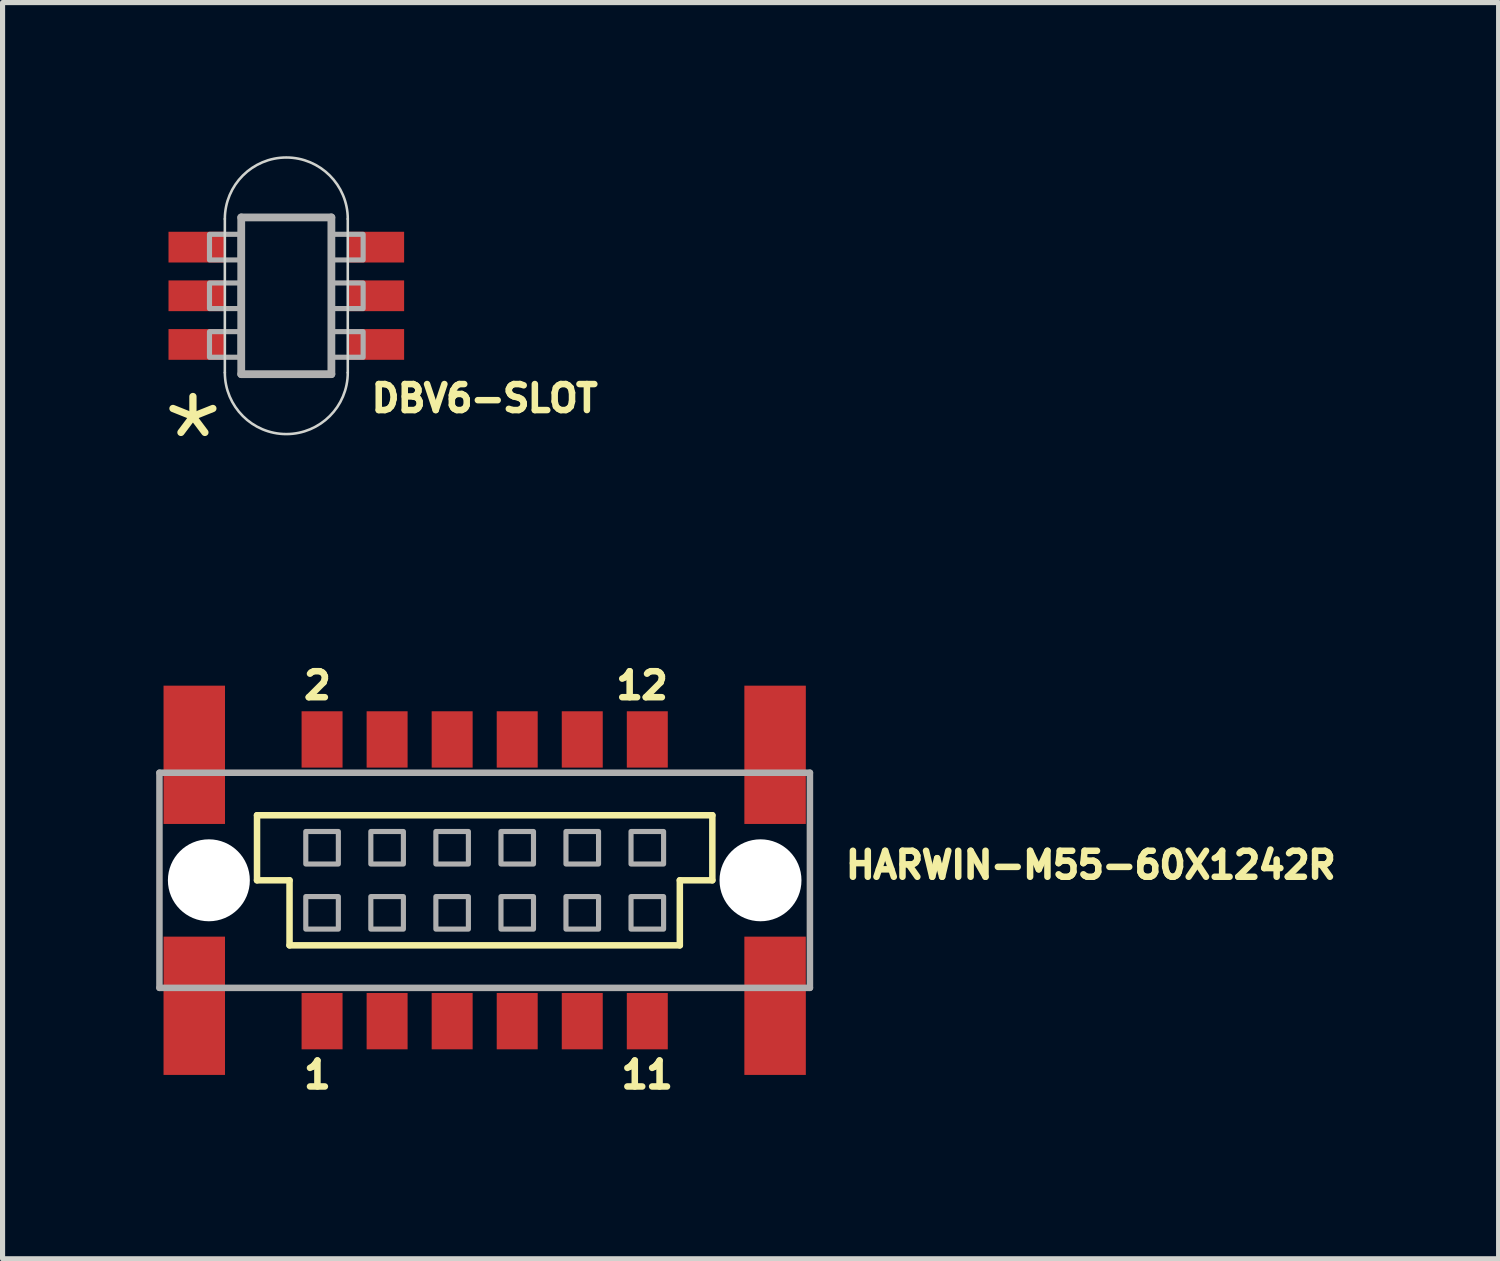
<source format=kicad_pcb>
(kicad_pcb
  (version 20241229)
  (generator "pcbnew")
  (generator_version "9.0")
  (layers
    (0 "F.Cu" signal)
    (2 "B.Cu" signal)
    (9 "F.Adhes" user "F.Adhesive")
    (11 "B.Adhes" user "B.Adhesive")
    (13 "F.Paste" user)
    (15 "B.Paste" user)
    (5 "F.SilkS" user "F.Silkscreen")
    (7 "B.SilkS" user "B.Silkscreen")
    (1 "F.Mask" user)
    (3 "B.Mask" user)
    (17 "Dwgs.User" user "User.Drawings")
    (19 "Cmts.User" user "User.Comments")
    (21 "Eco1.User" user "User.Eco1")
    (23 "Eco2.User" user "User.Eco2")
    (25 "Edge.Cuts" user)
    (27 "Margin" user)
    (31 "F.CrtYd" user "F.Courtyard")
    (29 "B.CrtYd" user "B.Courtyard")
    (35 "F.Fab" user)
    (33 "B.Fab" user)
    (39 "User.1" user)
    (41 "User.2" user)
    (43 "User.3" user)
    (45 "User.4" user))
  (footprint "DBV6-SLOT"
    (layer "F.Cu")
    (at 2.54 2.725)
    (property "Reference" "DBV6-SLOT" (at 1.6 2.3 0) (layer "F.SilkS") (effects (font (size 0.508 0.508) (thickness 0.127)) (justify left bottom)))
    (fp_line (start -1.2 -1.5) (end -1.2 1.5) (stroke (width 0.05) (type solid)) (layer "Edge.Cuts"))
    (fp_line (start 1.2 1.5) (end 1.2 -1.5) (stroke (width 0.05) (type solid)) (layer "Edge.Cuts"))
    (fp_arc (start -1.2 -1.5) (mid 0 -2.7) (end 1.2 -1.5) (stroke (width 0.05) (type solid)) (layer "Edge.Cuts"))
    (fp_arc (start 1.2 1.5) (mid 0 2.7) (end -1.2 1.5) (stroke (width 0.05) (type solid)) (layer "Edge.Cuts"))
    (fp_line (start -0.88 -1.53) (end -0.88 1.53) (stroke (width 0.152) (type solid)) (layer "F.Fab"))
    (fp_line (start -0.88 1.53) (end 0.88 1.53) (stroke (width 0.152) (type solid)) (layer "F.Fab"))
    (fp_line (start 0.88 -1.53) (end -0.88 -1.53) (stroke (width 0.152) (type solid)) (layer "F.Fab"))
    (fp_line (start 0.88 1.53) (end 0.88 -1.53) (stroke (width 0.152) (type solid)) (layer "F.Fab"))
    (fp_poly (pts (xy -1.5 -0.7) (xy -0.9 -0.7) (xy -0.9 -1.2) (xy -1.5 -1.2)) (stroke (width 0.1) (type default)) (fill no) (layer "F.Fab"))
    (fp_poly (pts (xy -1.5 0.25) (xy -0.9 0.25) (xy -0.9 -0.25) (xy -1.5 -0.25)) (stroke (width 0.1) (type default)) (fill no) (layer "F.Fab"))
    (fp_poly (pts (xy -1.5 1.2) (xy -0.9 1.2) (xy -0.9 0.7) (xy -1.5 0.7)) (stroke (width 0.1) (type default)) (fill no) (layer "F.Fab"))
    (fp_poly (pts (xy 0.9 -0.7) (xy 1.5 -0.7) (xy 1.5 -1.2) (xy 0.9 -1.2)) (stroke (width 0.1) (type default)) (fill no) (layer "F.Fab"))
    (fp_poly (pts (xy 0.9 0.25) (xy 1.5 0.25) (xy 1.5 -0.25) (xy 0.9 -0.25)) (stroke (width 0.1) (type default)) (fill no) (layer "F.Fab"))
    (fp_poly (pts (xy 0.9 1.2) (xy 1.5 1.2) (xy 1.5 0.7) (xy 0.9 0.7)) (stroke (width 0.1) (type default)) (fill no) (layer "F.Fab"))
    (fp_text user "*" (at -2.54 3.81 0) (layer "F.SilkS") (effects (font (size 1.636 1.636) (thickness 0.142)) (justify left bottom)))
    (pad "1" smd rect (at 1.75 -0.95) (size 1.1 0.6) (layers "F.Cu" "F.Mask" "F.Paste"))
    (pad "2" smd rect (at 1.75 0) (size 1.1 0.6) (layers "F.Cu" "F.Mask" "F.Paste"))
    (pad "3" smd rect (at 1.75 0.95) (size 1.1 0.6) (layers "F.Cu" "F.Mask" "F.Paste"))
    (pad "4" smd rect (at -1.75 0.95) (size 1.1 0.6) (layers "F.Cu" "F.Mask" "F.Paste"))
    (pad "5" smd rect (at -1.75 0) (size 1.1 0.6) (layers "F.Cu" "F.Mask" "F.Paste"))
    (pad "6" smd rect (at -1.75 -0.95) (size 1.1 0.6) (layers "F.Cu" "F.Mask" "F.Paste")))
  (footprint "HARWIN-M55-60X1242R"
    (layer "F.Cu")
    (at 6.413 14.137)
    (property "Reference" "HARWIN-M55-60X1242R" (at 6.985 0 0) (layer "F.SilkS") (effects (font (size 0.508 0.508) (thickness 0.127)) (justify left bottom)))
    (fp_line (start -4.445 -1.27) (end -4.445 0) (stroke (width 0.127) (type solid)) (layer "F.SilkS"))
    (fp_line (start -4.445 0) (end -3.81 0) (stroke (width 0.127) (type solid)) (layer "F.SilkS"))
    (fp_line (start -3.81 0) (end -3.81 1.27) (stroke (width 0.127) (type solid)) (layer "F.SilkS"))
    (fp_line (start -3.81 1.27) (end 3.81 1.27) (stroke (width 0.127) (type solid)) (layer "F.SilkS"))
    (fp_line (start 3.81 0) (end 4.445 0) (stroke (width 0.127) (type solid)) (layer "F.SilkS"))
    (fp_line (start 3.81 1.27) (end 3.81 0) (stroke (width 0.127) (type solid)) (layer "F.SilkS"))
    (fp_line (start 4.445 -1.27) (end -4.445 -1.27) (stroke (width 0.127) (type solid)) (layer "F.SilkS"))
    (fp_line (start 4.445 0) (end 4.445 -1.27) (stroke (width 0.127) (type solid)) (layer "F.SilkS"))
    (fp_line (start -6.35 2.1) (end -6.35 -2.1) (stroke (width 0.127) (type solid)) (layer "F.Fab"))
    (fp_line (start 6.35 -2.1) (end -6.35 -2.1) (stroke (width 0.127) (type solid)) (layer "F.Fab"))
    (fp_line (start 6.35 -2.1) (end 6.35 2.1) (stroke (width 0.127) (type solid)) (layer "F.Fab"))
    (fp_line (start 6.35 2.1) (end -6.35 2.1) (stroke (width 0.127) (type solid)) (layer "F.Fab"))
    (fp_poly (pts (xy -3.493 -0.318) (xy -2.857 -0.318) (xy -2.857 -0.953) (xy -3.493 -0.953)) (stroke (width 0.1) (type default)) (fill no) (layer "F.Fab"))
    (fp_poly (pts (xy -3.493 0.953) (xy -2.857 0.953) (xy -2.857 0.318) (xy -3.493 0.318)) (stroke (width 0.1) (type default)) (fill no) (layer "F.Fab"))
    (fp_poly (pts (xy -2.223 -0.318) (xy -1.587 -0.318) (xy -1.587 -0.953) (xy -2.223 -0.953)) (stroke (width 0.1) (type default)) (fill no) (layer "F.Fab"))
    (fp_poly (pts (xy -2.223 0.953) (xy -1.587 0.953) (xy -1.587 0.318) (xy -2.223 0.318)) (stroke (width 0.1) (type default)) (fill no) (layer "F.Fab"))
    (fp_poly (pts (xy -0.953 -0.318) (xy -0.318 -0.318) (xy -0.318 -0.953) (xy -0.953 -0.953)) (stroke (width 0.1) (type default)) (fill no) (layer "F.Fab"))
    (fp_poly (pts (xy -0.953 0.953) (xy -0.318 0.953) (xy -0.318 0.318) (xy -0.953 0.318)) (stroke (width 0.1) (type default)) (fill no) (layer "F.Fab"))
    (fp_poly (pts (xy 0.318 -0.318) (xy 0.953 -0.318) (xy 0.953 -0.953) (xy 0.318 -0.953)) (stroke (width 0.1) (type default)) (fill no) (layer "F.Fab"))
    (fp_poly (pts (xy 0.318 0.953) (xy 0.953 0.953) (xy 0.953 0.318) (xy 0.318 0.318)) (stroke (width 0.1) (type default)) (fill no) (layer "F.Fab"))
    (fp_poly (pts (xy 1.587 -0.318) (xy 2.223 -0.318) (xy 2.223 -0.953) (xy 1.587 -0.953)) (stroke (width 0.1) (type default)) (fill no) (layer "F.Fab"))
    (fp_poly (pts (xy 1.587 0.953) (xy 2.223 0.953) (xy 2.223 0.318) (xy 1.587 0.318)) (stroke (width 0.1) (type default)) (fill no) (layer "F.Fab"))
    (fp_poly (pts (xy 2.857 -0.318) (xy 3.493 -0.318) (xy 3.493 -0.953) (xy 2.857 -0.953)) (stroke (width 0.1) (type default)) (fill no) (layer "F.Fab"))
    (fp_poly (pts (xy 2.857 0.953) (xy 3.493 0.953) (xy 3.493 0.318) (xy 2.857 0.318)) (stroke (width 0.1) (type default)) (fill no) (layer "F.Fab"))
    (fp_text user "2" (at -2.94 -4.1 0) (layer "F.SilkS") (effects (font (size 0.508 0.508) (thickness 0.127)) (justify right top)))
    (fp_text user "1" (at -2.94 3.5 0) (layer "F.SilkS") (effects (font (size 0.508 0.508) (thickness 0.127)) (justify right top)))
    (fp_text user "11" (at 3.74 3.5 0) (layer "F.SilkS") (effects (font (size 0.508 0.508) (thickness 0.127)) (justify right top)))
    (fp_text user "12" (at 3.64 -4.1 0) (layer "F.SilkS") (effects (font (size 0.508 0.508) (thickness 0.127)) (justify right top)))
    (pad "" np_thru_hole circle (at -5.385 0) (size 1.6 1.6) (drill 1.6) (layers "*.Cu" "*.Mask"))
    (pad "" np_thru_hole circle (at 5.385 0) (size 1.6 1.6) (drill 1.6) (layers "*.Cu" "*.Mask"))
    (pad "1" smd rect (at -3.175 2.75 180) (size 0.8 1.1) (layers "F.Cu" "F.Mask" "F.Paste"))
    (pad "2" smd rect (at -3.175 -2.75 180) (size 0.8 1.1) (layers "F.Cu" "F.Mask" "F.Paste"))
    (pad "3" smd rect (at -1.905 2.75 180) (size 0.8 1.1) (layers "F.Cu" "F.Mask" "F.Paste"))
    (pad "4" smd rect (at -1.905 -2.75 180) (size 0.8 1.1) (layers "F.Cu" "F.Mask" "F.Paste"))
    (pad "5" smd rect (at -0.635 2.75 180) (size 0.8 1.1) (layers "F.Cu" "F.Mask" "F.Paste"))
    (pad "6" smd rect (at -0.635 -2.75 180) (size 0.8 1.1) (layers "F.Cu" "F.Mask" "F.Paste"))
    (pad "7" smd rect (at 0.635 2.75 180) (size 0.8 1.1) (layers "F.Cu" "F.Mask" "F.Paste"))
    (pad "8" smd rect (at 0.635 -2.75 180) (size 0.8 1.1) (layers "F.Cu" "F.Mask" "F.Paste"))
    (pad "9" smd rect (at 1.905 2.75 180) (size 0.8 1.1) (layers "F.Cu" "F.Mask" "F.Paste"))
    (pad "10" smd rect (at 1.905 -2.75 180) (size 0.8 1.1) (layers "F.Cu" "F.Mask" "F.Paste"))
    (pad "11" smd rect (at 3.175 2.75 180) (size 0.8 1.1) (layers "F.Cu" "F.Mask" "F.Paste"))
    (pad "12" smd rect (at 3.175 -2.75 180) (size 0.8 1.1) (layers "F.Cu" "F.Mask" "F.Paste"))
    (pad "P$1" smd rect (at -5.67 2.45 90) (size 2.7 1.2) (layers "F.Cu" "F.Mask" "F.Paste"))
    (pad "P$2" smd rect (at -5.67 -2.45 90) (size 2.7 1.2) (layers "F.Cu" "F.Mask" "F.Paste"))
    (pad "P$3" smd rect (at 5.67 -2.45 90) (size 2.7 1.2) (layers "F.Cu" "F.Mask" "F.Paste"))
    (pad "P$4" smd rect (at 5.67 2.45 90) (size 2.7 1.2) (layers "F.Cu" "F.Mask" "F.Paste")))
  (gr_rect
    (start -3 -3)
    (end 26.209 21.526)
    (stroke (width 0.1) (type default))
    (fill no)
    (layer "Edge.Cuts")))
</source>
